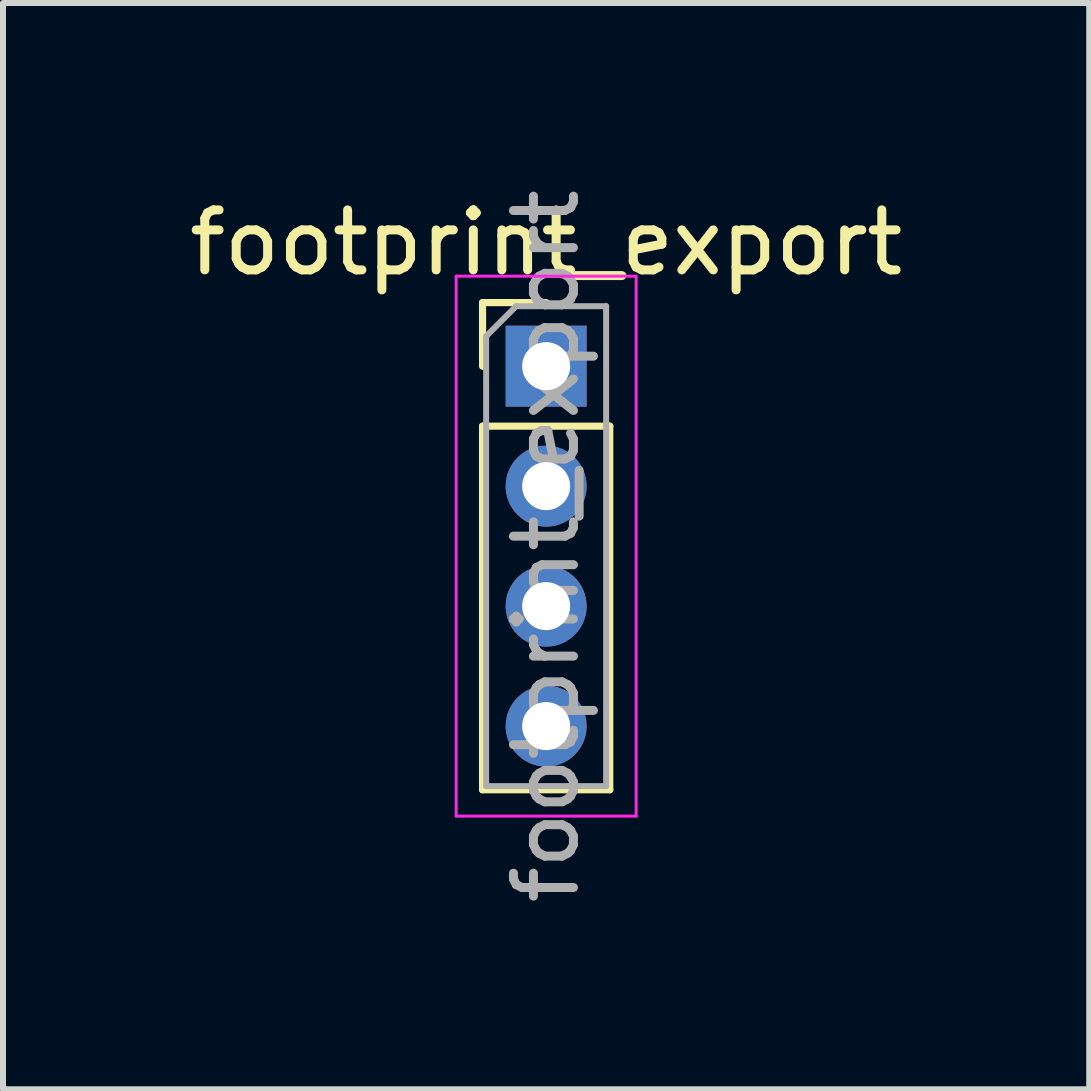
<source format=kicad_pcb>
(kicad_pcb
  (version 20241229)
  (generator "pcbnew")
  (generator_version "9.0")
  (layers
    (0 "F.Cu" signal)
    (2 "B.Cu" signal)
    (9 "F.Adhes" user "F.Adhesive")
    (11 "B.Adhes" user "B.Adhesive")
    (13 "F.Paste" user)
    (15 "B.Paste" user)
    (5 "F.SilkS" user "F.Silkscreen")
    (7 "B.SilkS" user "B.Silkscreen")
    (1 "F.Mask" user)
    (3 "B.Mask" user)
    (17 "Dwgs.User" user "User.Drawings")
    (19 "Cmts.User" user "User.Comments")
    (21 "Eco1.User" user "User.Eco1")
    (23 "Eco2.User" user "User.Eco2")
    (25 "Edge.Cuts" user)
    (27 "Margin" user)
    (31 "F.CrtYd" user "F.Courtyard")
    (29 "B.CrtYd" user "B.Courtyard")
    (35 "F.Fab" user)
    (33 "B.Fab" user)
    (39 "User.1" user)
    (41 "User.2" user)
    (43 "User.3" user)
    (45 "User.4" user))
  (footprint "footprint_export"
    (layer "F.Cu")
    (at 6.054 3.054)
    (property "Reference" "footprint_export" (at 0 -2.06 0) (layer "F.SilkS") (effects (font (size 1 1) (thickness 0.15))))
    (attr through_hole)
    (fp_line (start -1.06 -1.06) (end 0 -1.06) (stroke (width 0.12) (type solid)) (layer "F.SilkS"))
    (fp_line (start -1.06 0) (end -1.06 -1.06) (stroke (width 0.12) (type solid)) (layer "F.SilkS"))
    (fp_line (start -1.06 1) (end -1.06 7.06) (stroke (width 0.12) (type solid)) (layer "F.SilkS"))
    (fp_line (start -1.06 1) (end 1.06 1) (stroke (width 0.12) (type solid)) (layer "F.SilkS"))
    (fp_line (start -1.06 7.06) (end 1.06 7.06) (stroke (width 0.12) (type solid)) (layer "F.SilkS"))
    (fp_line (start 1.06 1) (end 1.06 7.06) (stroke (width 0.12) (type solid)) (layer "F.SilkS"))
    (fp_line (start -1.5 -1.5) (end -1.5 7.5) (stroke (width 0.05) (type solid)) (layer "F.CrtYd"))
    (fp_line (start -1.5 7.5) (end 1.5 7.5) (stroke (width 0.05) (type solid)) (layer "F.CrtYd"))
    (fp_line (start 1.5 -1.5) (end -1.5 -1.5) (stroke (width 0.05) (type solid)) (layer "F.CrtYd"))
    (fp_line (start 1.5 7.5) (end 1.5 -1.5) (stroke (width 0.05) (type solid)) (layer "F.CrtYd"))
    (fp_line (start -1 -0.5) (end -0.5 -1) (stroke (width 0.1) (type solid)) (layer "F.Fab"))
    (fp_line (start -1 7) (end -1 -0.5) (stroke (width 0.1) (type solid)) (layer "F.Fab"))
    (fp_line (start -0.5 -1) (end 1 -1) (stroke (width 0.1) (type solid)) (layer "F.Fab"))
    (fp_line (start 1 -1) (end 1 7) (stroke (width 0.1) (type solid)) (layer "F.Fab"))
    (fp_line (start 1 7) (end -1 7) (stroke (width 0.1) (type solid)) (layer "F.Fab"))
    (fp_text user "${REFERENCE}" (at 0 3 90) (layer "F.Fab") (effects (font (size 1 1) (thickness 0.15))))
    (pad "1" thru_hole rect (at 0 0) (size 1.35 1.35) (drill 0.8) (layers "*.Cu" "*.Mask"))
    (pad "2" thru_hole oval (at 0 2) (size 1.35 1.35) (drill 0.8) (layers "*.Cu" "*.Mask"))
    (pad "3" thru_hole oval (at 0 4) (size 1.35 1.35) (drill 0.8) (layers "*.Cu" "*.Mask"))
    (pad "4" thru_hole oval (at 0 6) (size 1.35 1.35) (drill 0.8) (layers "*.Cu" "*.Mask")))
  (gr_rect
    (start -3 -3)
    (end 15.107 15.107)
    (stroke (width 0.1) (type default))
    (fill no)
    (layer "Edge.Cuts")))
</source>
